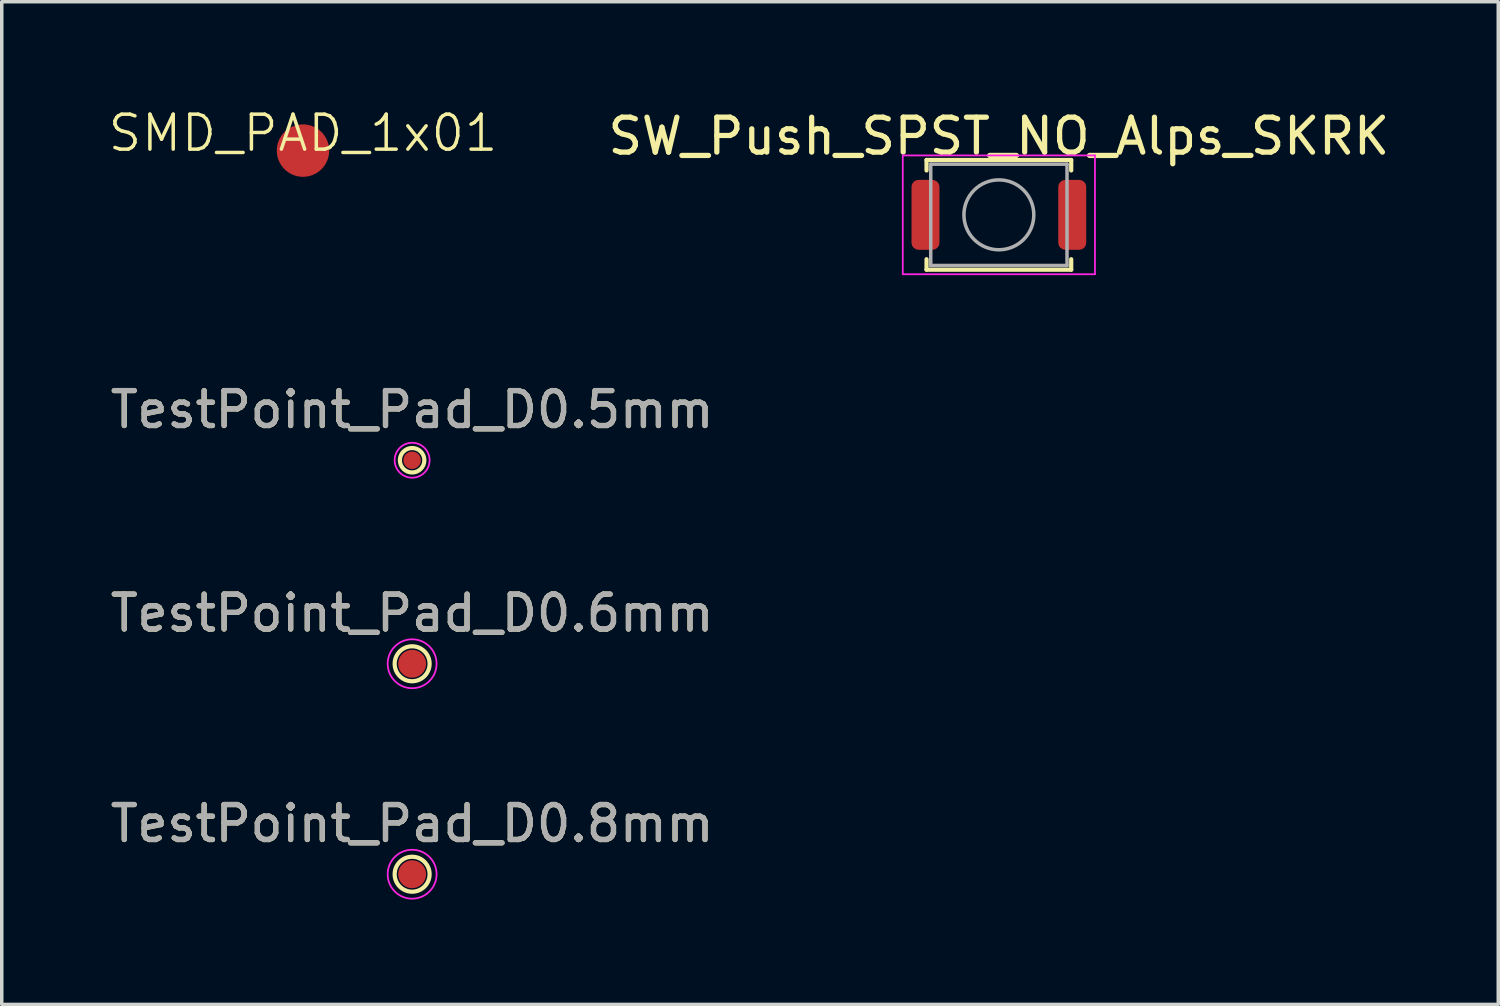
<source format=kicad_pcb>
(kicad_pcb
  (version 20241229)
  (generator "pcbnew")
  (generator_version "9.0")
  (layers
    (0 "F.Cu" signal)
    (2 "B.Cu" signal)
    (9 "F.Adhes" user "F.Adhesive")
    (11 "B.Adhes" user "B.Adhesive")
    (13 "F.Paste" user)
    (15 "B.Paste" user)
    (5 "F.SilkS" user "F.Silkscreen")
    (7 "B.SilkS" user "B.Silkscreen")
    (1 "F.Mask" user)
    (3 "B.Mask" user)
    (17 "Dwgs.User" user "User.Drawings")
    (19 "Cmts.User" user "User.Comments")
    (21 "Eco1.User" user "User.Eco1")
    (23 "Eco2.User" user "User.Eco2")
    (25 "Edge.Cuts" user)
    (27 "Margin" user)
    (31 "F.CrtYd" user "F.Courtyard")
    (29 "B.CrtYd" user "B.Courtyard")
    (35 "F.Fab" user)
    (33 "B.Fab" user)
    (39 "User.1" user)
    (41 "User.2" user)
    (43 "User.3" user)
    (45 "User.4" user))
  (footprint "TestPoint_Pad_D0.8mm"
    (layer "F.Cu")
    (at 8.744 21.968)
    (property "Reference" "TestPoint_Pad_D0.8mm" (at 0 -1.448 0) (layer "F.SilkS") (effects (font (size 1 1) (thickness 0.15))))
    (attr exclude_from_pos_files exclude_from_bom)
    (fp_circle (center 0 0) (end 0.5 0) (stroke (width 0.12) (type solid)) (fill no) (layer "F.SilkS"))
    (fp_circle (center 0 0) (end 0.7 0) (stroke (width 0.05) (type solid)) (fill no) (layer "F.CrtYd"))
    (fp_text user "${REFERENCE}" (at 0 -1.45 0) (layer "F.Fab") (effects (font (size 1 1) (thickness 0.15))))
    (pad "1" smd circle (at 0 0) (size 0.8 0.8) (layers "F.Cu" "F.Mask")))
  (footprint "TestPoint_Pad_D0.6mm"
    (layer "F.Cu")
    (at 8.744 15.945)
    (property "Reference" "TestPoint_Pad_D0.6mm" (at 0 -1.448 0) (layer "F.SilkS") (effects (font (size 1 1) (thickness 0.15))))
    (attr exclude_from_pos_files exclude_from_bom)
    (fp_circle (center 0 0) (end 0.5 0) (stroke (width 0.12) (type solid)) (fill no) (layer "F.SilkS"))
    (fp_circle (center 0 0) (end 0.7 0) (stroke (width 0.05) (type solid)) (fill no) (layer "F.CrtYd"))
    (fp_text user "${REFERENCE}" (at 0 -1.45 0) (layer "F.Fab") (effects (font (size 1 1) (thickness 0.15))))
    (pad "1" smd circle (at 0 0) (size 0.8 0.8) (layers "F.Cu" "F.Mask")))
  (footprint "SMD_PAD_1x01"
    (layer "F.Cu")
    (at 5.621 1.26)
    (property "Reference" "SMD_PAD_1x01" (at 0 -0.5 0) (unlocked yes) (layer "F.SilkS") (effects (font (size 1 1) (thickness 0.1))))
    (attr smd)
    (pad "1" smd circle (at 0 0) (size 1.5 1.5) (layers "F.Cu" "F.Mask" "F.Paste")))
  (footprint "SW_Push_SPST_NO_Alps_SKRK"
    (layer "F.Cu")
    (at 25.535 3.098)
    (property "Reference" "SW_Push_SPST_NO_Alps_SKRK" (at 0 -2.25 0) (layer "F.SilkS") (effects (font (size 1 1) (thickness 0.15))))
    (attr smd)
    (fp_line (start -2.07 -1.57) (end 2.07 -1.57) (stroke (width 0.12) (type solid)) (layer "F.SilkS"))
    (fp_line (start -2.07 -1.27) (end -2.07 -1.57) (stroke (width 0.12) (type solid)) (layer "F.SilkS"))
    (fp_line (start -2.07 1.57) (end -2.07 1.27) (stroke (width 0.12) (type solid)) (layer "F.SilkS"))
    (fp_line (start 2.07 -1.57) (end 2.07 -1.27) (stroke (width 0.12) (type solid)) (layer "F.SilkS"))
    (fp_line (start 2.07 1.27) (end 2.07 1.57) (stroke (width 0.12) (type solid)) (layer "F.SilkS"))
    (fp_line (start 2.07 1.57) (end -2.07 1.57) (stroke (width 0.12) (type solid)) (layer "F.SilkS"))
    (fp_line (start -2.75 -1.7) (end 2.75 -1.7) (stroke (width 0.05) (type solid)) (layer "F.CrtYd"))
    (fp_line (start -2.75 1.7) (end -2.75 -1.7) (stroke (width 0.05) (type solid)) (layer "F.CrtYd"))
    (fp_line (start 2.75 -1.7) (end 2.75 1.7) (stroke (width 0.05) (type solid)) (layer "F.CrtYd"))
    (fp_line (start 2.75 1.7) (end -2.75 1.7) (stroke (width 0.05) (type solid)) (layer "F.CrtYd"))
    (fp_line (start -1.95 -1.45) (end 1.95 -1.45) (stroke (width 0.1) (type solid)) (layer "F.Fab"))
    (fp_line (start -1.95 1.45) (end -1.95 -1.45) (stroke (width 0.1) (type solid)) (layer "F.Fab"))
    (fp_line (start 1.95 -1.45) (end 1.95 1.45) (stroke (width 0.1) (type solid)) (layer "F.Fab"))
    (fp_line (start 1.95 1.45) (end -1.95 1.45) (stroke (width 0.1) (type solid)) (layer "F.Fab"))
    (fp_circle (center 0 0) (end 1 0) (stroke (width 0.1) (type solid)) (fill no) (layer "F.Fab"))
    (pad "1" smd roundrect (at -2.1 0) (size 0.8 2) (layers "F.Cu" "F.Mask" "F.Paste") (roundrect_rratio 0.25))
    (pad "2" smd roundrect (at 2.1 0) (size 0.8 2) (layers "F.Cu" "F.Mask" "F.Paste") (roundrect_rratio 0.25)))
  (footprint "TestPoint_Pad_D0.5mm"
    (layer "F.Cu")
    (at 8.744 10.121)
    (property "Reference" "TestPoint_Pad_D0.5mm" (at 0 -1.448 0) (layer "F.SilkS") (effects (font (size 1 1) (thickness 0.15))))
    (attr exclude_from_pos_files exclude_from_bom)
    (fp_circle (center 0 0) (end 0.35 0) (stroke (width 0.12) (type solid)) (fill no) (layer "F.SilkS"))
    (fp_circle (center 0 0) (end 0.5 0) (stroke (width 0.05) (type solid)) (fill no) (layer "F.CrtYd"))
    (fp_text user "${REFERENCE}" (at 0 -1.45 0) (layer "F.Fab") (effects (font (size 1 1) (thickness 0.15))))
    (pad "1" smd circle (at 0 0) (size 0.5 0.5) (layers "F.Cu" "F.Mask")))
  (gr_rect
    (start -3 -3)
    (end 39.826 25.693)
    (stroke (width 0.1) (type default))
    (fill no)
    (layer "Edge.Cuts")))
</source>
